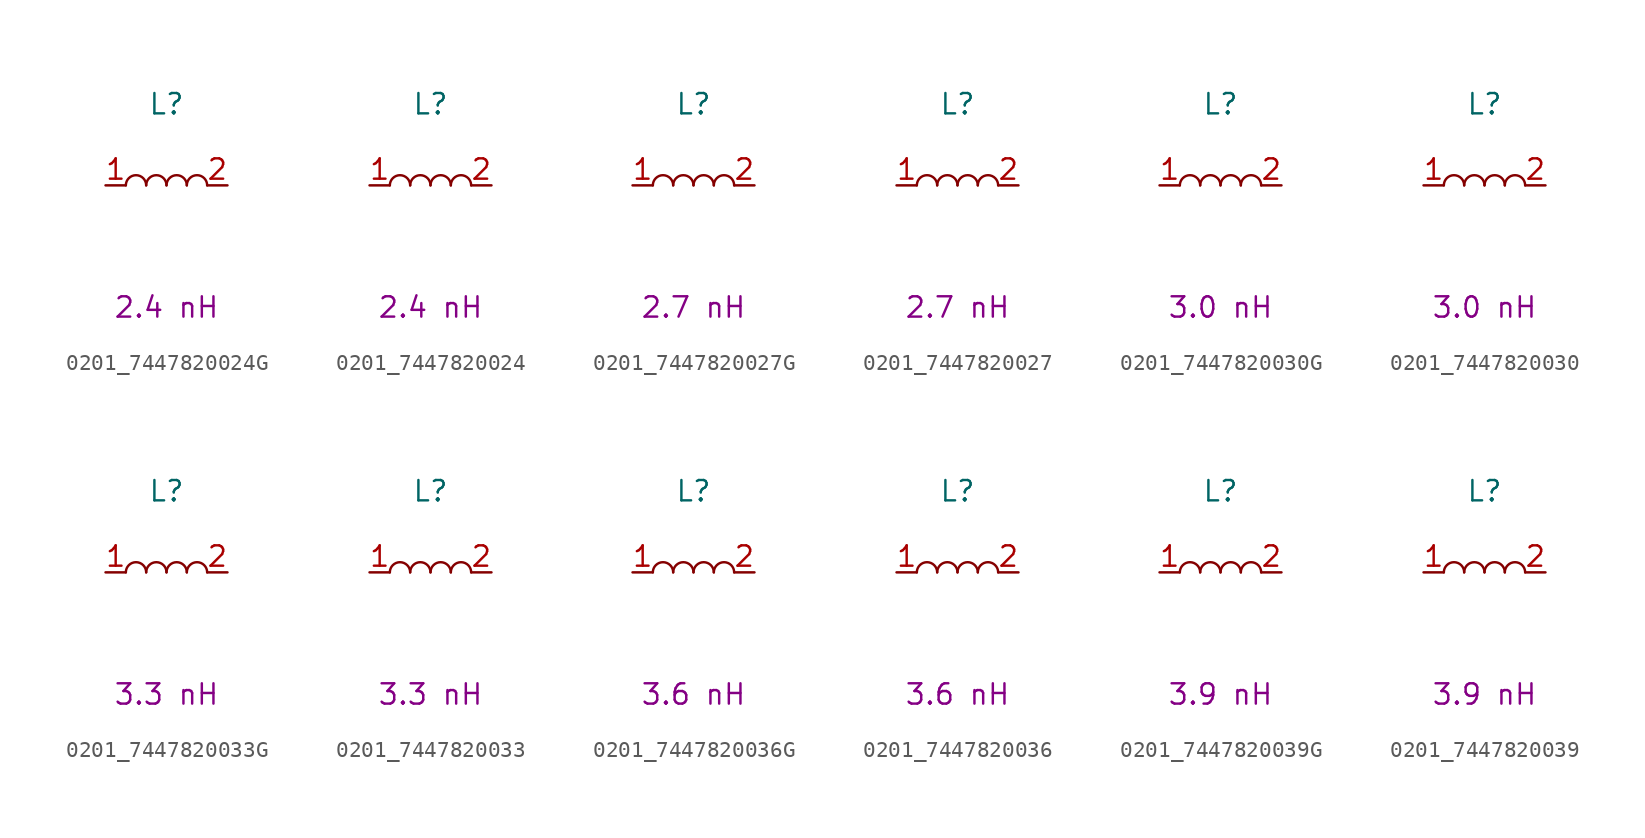
<source format=kicad_sym>
(kicad_symbol_lib
  (version 20220914)
  (generator kicad_symbol_editor)
  (symbol "0201_7447820024G"
    (pin_names hide)
    (property "Reference" "L"
      (at 0 5.08 0)
      (effects (font (size 1.27 1.27))))
    (property "Critical Parameter" "2.4 nH"
      (at 0 -7.62 0)
      (effects (font (size 1.27 1.27))))
    (symbol "0201_7447820024G_0_1"
      (arc (start -1.27 0) (mid -1.905 0.6323) (end -2.54 0) (stroke (width 0) (type default)) (fill (type none)))
      (arc (start 0 0) (mid -0.635 0.6323) (end -1.27 0) (stroke (width 0) (type default)) (fill (type none)))
      (arc (start 1.27 0) (mid 0.635 0.6323) (end 0 0) (stroke (width 0) (type default)) (fill (type none)))
      (arc (start 2.54 0) (mid 1.905 0.6323) (end 1.27 0) (stroke (width 0) (type default)) (fill (type none))))
    (symbol "0201_7447820024G_1_1"
      (pin passive line (at -3.81 0 0) (length 1.27) (name "1" (effects (font (size 1.27 1.27)))) (number "1" (effects (font (size 1.27 1.27)))))
      (pin passive line (at 3.81 0 180) (length 1.27) (name "2" (effects (font (size 1.27 1.27)))) (number "2" (effects (font (size 1.27 1.27)))))))
  (symbol "0201_7447820024"
    (pin_names hide)
    (property "Reference" "L"
      (at 0 5.08 0)
      (effects (font (size 1.27 1.27))))
    (property "Critical Parameter" "2.4 nH"
      (at 0 -7.62 0)
      (effects (font (size 1.27 1.27))))
    (symbol "0201_7447820024_0_1"
      (arc (start -1.27 0) (mid -1.905 0.6323) (end -2.54 0) (stroke (width 0) (type default)) (fill (type none)))
      (arc (start 0 0) (mid -0.635 0.6323) (end -1.27 0) (stroke (width 0) (type default)) (fill (type none)))
      (arc (start 1.27 0) (mid 0.635 0.6323) (end 0 0) (stroke (width 0) (type default)) (fill (type none)))
      (arc (start 2.54 0) (mid 1.905 0.6323) (end 1.27 0) (stroke (width 0) (type default)) (fill (type none))))
    (symbol "0201_7447820024_1_1"
      (pin passive line (at -3.81 0 0) (length 1.27) (name "1" (effects (font (size 1.27 1.27)))) (number "1" (effects (font (size 1.27 1.27)))))
      (pin passive line (at 3.81 0 180) (length 1.27) (name "2" (effects (font (size 1.27 1.27)))) (number "2" (effects (font (size 1.27 1.27)))))))
  (symbol "0201_7447820027G"
    (pin_names hide)
    (property "Reference" "L"
      (at 0 5.08 0)
      (effects (font (size 1.27 1.27))))
    (property "Critical Parameter" "2.7 nH"
      (at 0 -7.62 0)
      (effects (font (size 1.27 1.27))))
    (symbol "0201_7447820027G_0_1"
      (arc (start -1.27 0) (mid -1.905 0.6323) (end -2.54 0) (stroke (width 0) (type default)) (fill (type none)))
      (arc (start 0 0) (mid -0.635 0.6323) (end -1.27 0) (stroke (width 0) (type default)) (fill (type none)))
      (arc (start 1.27 0) (mid 0.635 0.6323) (end 0 0) (stroke (width 0) (type default)) (fill (type none)))
      (arc (start 2.54 0) (mid 1.905 0.6323) (end 1.27 0) (stroke (width 0) (type default)) (fill (type none))))
    (symbol "0201_7447820027G_1_1"
      (pin passive line (at -3.81 0 0) (length 1.27) (name "1" (effects (font (size 1.27 1.27)))) (number "1" (effects (font (size 1.27 1.27)))))
      (pin passive line (at 3.81 0 180) (length 1.27) (name "2" (effects (font (size 1.27 1.27)))) (number "2" (effects (font (size 1.27 1.27)))))))
  (symbol "0201_7447820027"
    (pin_names hide)
    (property "Reference" "L"
      (at 0 5.08 0)
      (effects (font (size 1.27 1.27))))
    (property "Critical Parameter" "2.7 nH"
      (at 0 -7.62 0)
      (effects (font (size 1.27 1.27))))
    (symbol "0201_7447820027_0_1"
      (arc (start -1.27 0) (mid -1.905 0.6323) (end -2.54 0) (stroke (width 0) (type default)) (fill (type none)))
      (arc (start 0 0) (mid -0.635 0.6323) (end -1.27 0) (stroke (width 0) (type default)) (fill (type none)))
      (arc (start 1.27 0) (mid 0.635 0.6323) (end 0 0) (stroke (width 0) (type default)) (fill (type none)))
      (arc (start 2.54 0) (mid 1.905 0.6323) (end 1.27 0) (stroke (width 0) (type default)) (fill (type none))))
    (symbol "0201_7447820027_1_1"
      (pin passive line (at -3.81 0 0) (length 1.27) (name "1" (effects (font (size 1.27 1.27)))) (number "1" (effects (font (size 1.27 1.27)))))
      (pin passive line (at 3.81 0 180) (length 1.27) (name "2" (effects (font (size 1.27 1.27)))) (number "2" (effects (font (size 1.27 1.27)))))))
  (symbol "0201_7447820030G"
    (pin_names hide)
    (property "Reference" "L"
      (at 0 5.08 0)
      (effects (font (size 1.27 1.27))))
    (property "Critical Parameter" "3.0 nH"
      (at 0 -7.62 0)
      (effects (font (size 1.27 1.27))))
    (symbol "0201_7447820030G_0_1"
      (arc (start -1.27 0) (mid -1.905 0.6323) (end -2.54 0) (stroke (width 0) (type default)) (fill (type none)))
      (arc (start 0 0) (mid -0.635 0.6323) (end -1.27 0) (stroke (width 0) (type default)) (fill (type none)))
      (arc (start 1.27 0) (mid 0.635 0.6323) (end 0 0) (stroke (width 0) (type default)) (fill (type none)))
      (arc (start 2.54 0) (mid 1.905 0.6323) (end 1.27 0) (stroke (width 0) (type default)) (fill (type none))))
    (symbol "0201_7447820030G_1_1"
      (pin passive line (at -3.81 0 0) (length 1.27) (name "1" (effects (font (size 1.27 1.27)))) (number "1" (effects (font (size 1.27 1.27)))))
      (pin passive line (at 3.81 0 180) (length 1.27) (name "2" (effects (font (size 1.27 1.27)))) (number "2" (effects (font (size 1.27 1.27)))))))
  (symbol "0201_7447820030"
    (pin_names hide)
    (property "Reference" "L"
      (at 0 5.08 0)
      (effects (font (size 1.27 1.27))))
    (property "Critical Parameter" "3.0 nH"
      (at 0 -7.62 0)
      (effects (font (size 1.27 1.27))))
    (symbol "0201_7447820030_0_1"
      (arc (start -1.27 0) (mid -1.905 0.6323) (end -2.54 0) (stroke (width 0) (type default)) (fill (type none)))
      (arc (start 0 0) (mid -0.635 0.6323) (end -1.27 0) (stroke (width 0) (type default)) (fill (type none)))
      (arc (start 1.27 0) (mid 0.635 0.6323) (end 0 0) (stroke (width 0) (type default)) (fill (type none)))
      (arc (start 2.54 0) (mid 1.905 0.6323) (end 1.27 0) (stroke (width 0) (type default)) (fill (type none))))
    (symbol "0201_7447820030_1_1"
      (pin passive line (at -3.81 0 0) (length 1.27) (name "1" (effects (font (size 1.27 1.27)))) (number "1" (effects (font (size 1.27 1.27)))))
      (pin passive line (at 3.81 0 180) (length 1.27) (name "2" (effects (font (size 1.27 1.27)))) (number "2" (effects (font (size 1.27 1.27)))))))
  (symbol "0201_7447820033G"
    (pin_names hide)
    (property "Reference" "L"
      (at 0 5.08 0)
      (effects (font (size 1.27 1.27))))
    (property "Critical Parameter" "3.3 nH"
      (at 0 -7.62 0)
      (effects (font (size 1.27 1.27))))
    (symbol "0201_7447820033G_0_1"
      (arc (start -1.27 0) (mid -1.905 0.6323) (end -2.54 0) (stroke (width 0) (type default)) (fill (type none)))
      (arc (start 0 0) (mid -0.635 0.6323) (end -1.27 0) (stroke (width 0) (type default)) (fill (type none)))
      (arc (start 1.27 0) (mid 0.635 0.6323) (end 0 0) (stroke (width 0) (type default)) (fill (type none)))
      (arc (start 2.54 0) (mid 1.905 0.6323) (end 1.27 0) (stroke (width 0) (type default)) (fill (type none))))
    (symbol "0201_7447820033G_1_1"
      (pin passive line (at -3.81 0 0) (length 1.27) (name "1" (effects (font (size 1.27 1.27)))) (number "1" (effects (font (size 1.27 1.27)))))
      (pin passive line (at 3.81 0 180) (length 1.27) (name "2" (effects (font (size 1.27 1.27)))) (number "2" (effects (font (size 1.27 1.27)))))))
  (symbol "0201_7447820033"
    (pin_names hide)
    (property "Reference" "L"
      (at 0 5.08 0)
      (effects (font (size 1.27 1.27))))
    (property "Critical Parameter" "3.3 nH"
      (at 0 -7.62 0)
      (effects (font (size 1.27 1.27))))
    (symbol "0201_7447820033_0_1"
      (arc (start -1.27 0) (mid -1.905 0.6323) (end -2.54 0) (stroke (width 0) (type default)) (fill (type none)))
      (arc (start 0 0) (mid -0.635 0.6323) (end -1.27 0) (stroke (width 0) (type default)) (fill (type none)))
      (arc (start 1.27 0) (mid 0.635 0.6323) (end 0 0) (stroke (width 0) (type default)) (fill (type none)))
      (arc (start 2.54 0) (mid 1.905 0.6323) (end 1.27 0) (stroke (width 0) (type default)) (fill (type none))))
    (symbol "0201_7447820033_1_1"
      (pin passive line (at -3.81 0 0) (length 1.27) (name "1" (effects (font (size 1.27 1.27)))) (number "1" (effects (font (size 1.27 1.27)))))
      (pin passive line (at 3.81 0 180) (length 1.27) (name "2" (effects (font (size 1.27 1.27)))) (number "2" (effects (font (size 1.27 1.27)))))))
  (symbol "0201_7447820036G"
    (pin_names hide)
    (property "Reference" "L"
      (at 0 5.08 0)
      (effects (font (size 1.27 1.27))))
    (property "Critical Parameter" "3.6 nH"
      (at 0 -7.62 0)
      (effects (font (size 1.27 1.27))))
    (symbol "0201_7447820036G_0_1"
      (arc (start -1.27 0) (mid -1.905 0.6323) (end -2.54 0) (stroke (width 0) (type default)) (fill (type none)))
      (arc (start 0 0) (mid -0.635 0.6323) (end -1.27 0) (stroke (width 0) (type default)) (fill (type none)))
      (arc (start 1.27 0) (mid 0.635 0.6323) (end 0 0) (stroke (width 0) (type default)) (fill (type none)))
      (arc (start 2.54 0) (mid 1.905 0.6323) (end 1.27 0) (stroke (width 0) (type default)) (fill (type none))))
    (symbol "0201_7447820036G_1_1"
      (pin passive line (at -3.81 0 0) (length 1.27) (name "1" (effects (font (size 1.27 1.27)))) (number "1" (effects (font (size 1.27 1.27)))))
      (pin passive line (at 3.81 0 180) (length 1.27) (name "2" (effects (font (size 1.27 1.27)))) (number "2" (effects (font (size 1.27 1.27)))))))
  (symbol "0201_7447820036"
    (pin_names hide)
    (property "Reference" "L"
      (at 0 5.08 0)
      (effects (font (size 1.27 1.27))))
    (property "Critical Parameter" "3.6 nH"
      (at 0 -7.62 0)
      (effects (font (size 1.27 1.27))))
    (symbol "0201_7447820036_0_1"
      (arc (start -1.27 0) (mid -1.905 0.6323) (end -2.54 0) (stroke (width 0) (type default)) (fill (type none)))
      (arc (start 0 0) (mid -0.635 0.6323) (end -1.27 0) (stroke (width 0) (type default)) (fill (type none)))
      (arc (start 1.27 0) (mid 0.635 0.6323) (end 0 0) (stroke (width 0) (type default)) (fill (type none)))
      (arc (start 2.54 0) (mid 1.905 0.6323) (end 1.27 0) (stroke (width 0) (type default)) (fill (type none))))
    (symbol "0201_7447820036_1_1"
      (pin passive line (at -3.81 0 0) (length 1.27) (name "1" (effects (font (size 1.27 1.27)))) (number "1" (effects (font (size 1.27 1.27)))))
      (pin passive line (at 3.81 0 180) (length 1.27) (name "2" (effects (font (size 1.27 1.27)))) (number "2" (effects (font (size 1.27 1.27)))))))
  (symbol "0201_7447820039G"
    (pin_names hide)
    (property "Reference" "L"
      (at 0 5.08 0)
      (effects (font (size 1.27 1.27))))
    (property "Critical Parameter" "3.9 nH"
      (at 0 -7.62 0)
      (effects (font (size 1.27 1.27))))
    (symbol "0201_7447820039G_0_1"
      (arc (start -1.27 0) (mid -1.905 0.6323) (end -2.54 0) (stroke (width 0) (type default)) (fill (type none)))
      (arc (start 0 0) (mid -0.635 0.6323) (end -1.27 0) (stroke (width 0) (type default)) (fill (type none)))
      (arc (start 1.27 0) (mid 0.635 0.6323) (end 0 0) (stroke (width 0) (type default)) (fill (type none)))
      (arc (start 2.54 0) (mid 1.905 0.6323) (end 1.27 0) (stroke (width 0) (type default)) (fill (type none))))
    (symbol "0201_7447820039G_1_1"
      (pin passive line (at -3.81 0 0) (length 1.27) (name "1" (effects (font (size 1.27 1.27)))) (number "1" (effects (font (size 1.27 1.27)))))
      (pin passive line (at 3.81 0 180) (length 1.27) (name "2" (effects (font (size 1.27 1.27)))) (number "2" (effects (font (size 1.27 1.27)))))))
  (symbol "0201_7447820039"
    (pin_names hide)
    (property "Reference" "L"
      (at 0 5.08 0)
      (effects (font (size 1.27 1.27))))
    (property "Critical Parameter" "3.9 nH"
      (at 0 -7.62 0)
      (effects (font (size 1.27 1.27))))
    (symbol "0201_7447820039_0_1"
      (arc (start -1.27 0) (mid -1.905 0.6323) (end -2.54 0) (stroke (width 0) (type default)) (fill (type none)))
      (arc (start 0 0) (mid -0.635 0.6323) (end -1.27 0) (stroke (width 0) (type default)) (fill (type none)))
      (arc (start 1.27 0) (mid 0.635 0.6323) (end 0 0) (stroke (width 0) (type default)) (fill (type none)))
      (arc (start 2.54 0) (mid 1.905 0.6323) (end 1.27 0) (stroke (width 0) (type default)) (fill (type none))))
    (symbol "0201_7447820039_1_1"
      (pin passive line (at -3.81 0 0) (length 1.27) (name "1" (effects (font (size 1.27 1.27)))) (number "1" (effects (font (size 1.27 1.27)))))
      (pin passive line (at 3.81 0 180) (length 1.27) (name "2" (effects (font (size 1.27 1.27)))) (number "2" (effects (font (size 1.27 1.27))))))))
</source>
